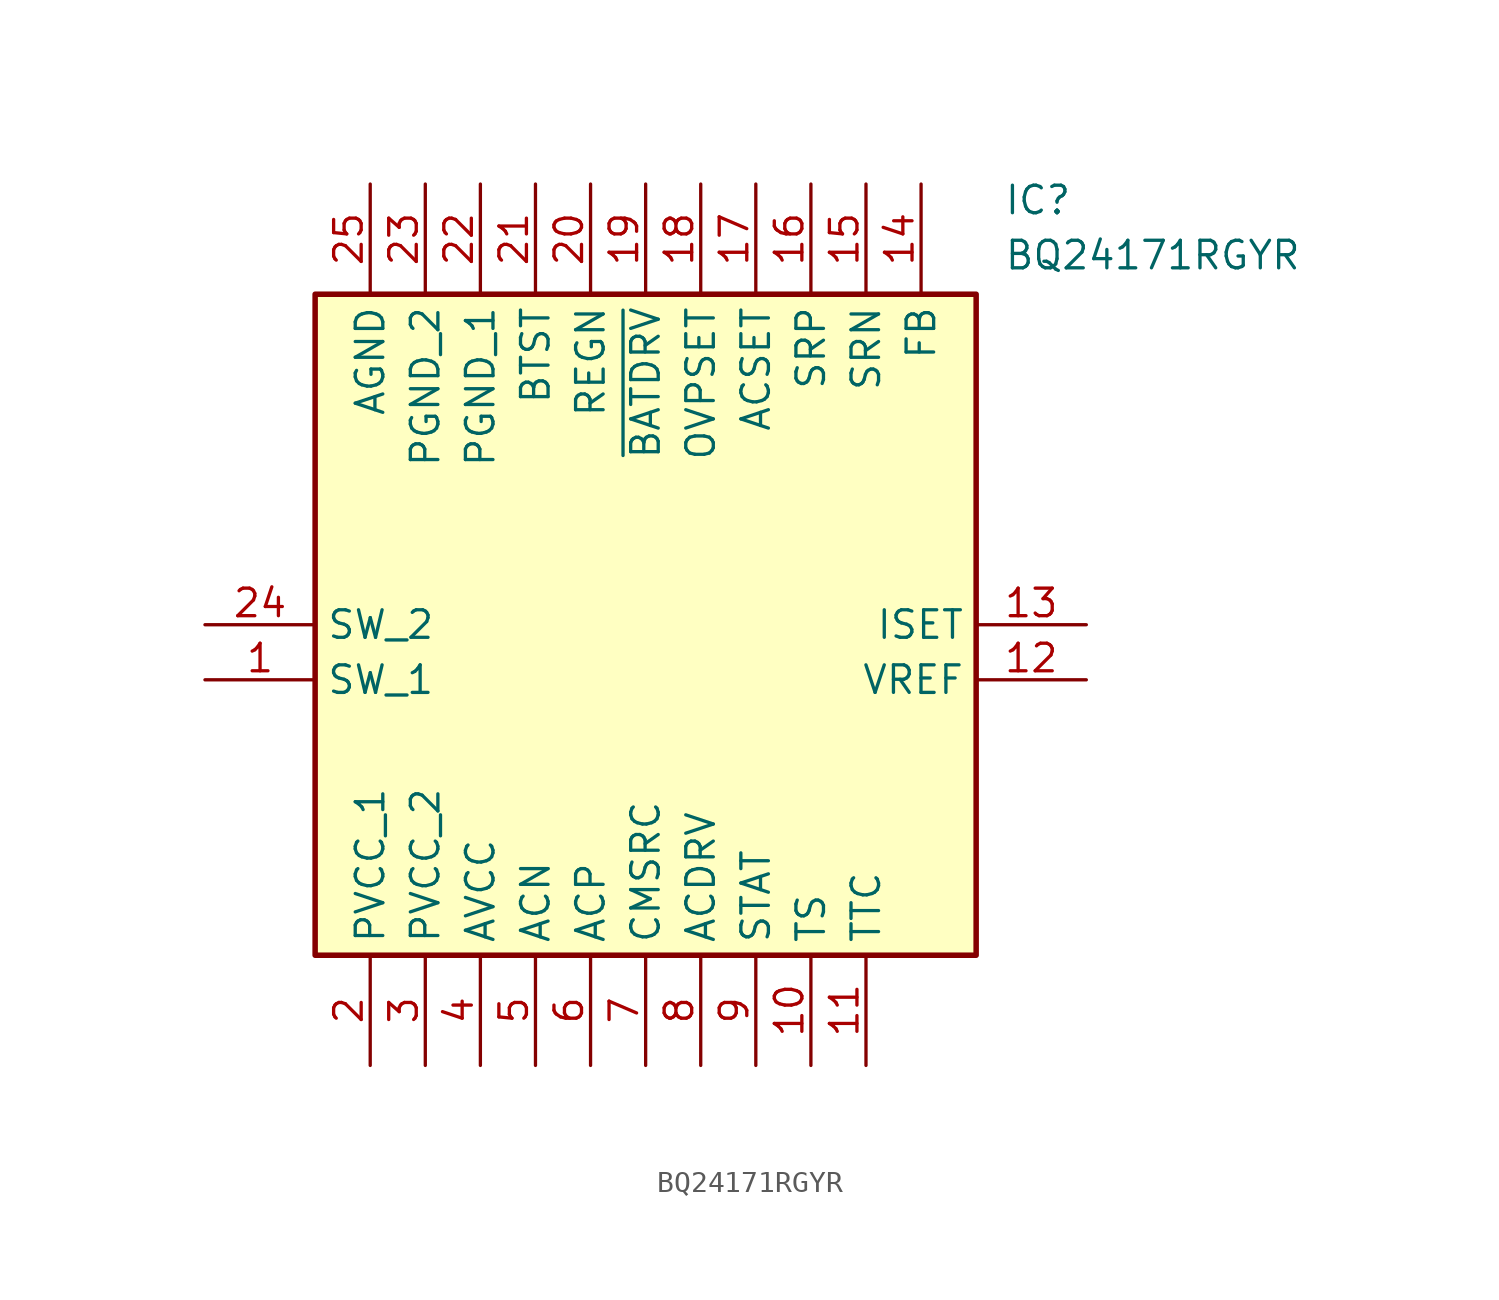
<source format=kicad_sym>
(kicad_symbol_lib
  (version 20211014)
  (generator SamacSys_ECAD_Model)
  (symbol "BQ24171RGYR"
    (property "Reference" "IC"
      (at 36.83 20.32 0)
      (effects (font (size 1.27 1.27)) (justify left top)))
    (property "Value" "BQ24171RGYR"
      (at 36.83 17.78 0)
      (effects (font (size 1.27 1.27)) (justify left top)))
    (rectangle
      (start 5.08 15.24)
      (end 35.56 -15.24)
      (stroke (width 0.254) (type default))
      (fill (type background)))
    (pin passive line
      (at 0 -2.54 0)
      (length 5.08)
      (name "SW_1" (effects (font (size 1.27 1.27))))
      (number "1" (effects (font (size 1.27 1.27)))))
    (pin power_in line
      (at 7.62 -20.32 90)
      (length 5.08)
      (name "PVCC_1" (effects (font (size 1.27 1.27))))
      (number "2" (effects (font (size 1.27 1.27)))))
    (pin power_in line
      (at 10.16 -20.32 90)
      (length 5.08)
      (name "PVCC_2" (effects (font (size 1.27 1.27))))
      (number "3" (effects (font (size 1.27 1.27)))))
    (pin power_in line
      (at 12.7 -20.32 90)
      (length 5.08)
      (name "AVCC" (effects (font (size 1.27 1.27))))
      (number "4" (effects (font (size 1.27 1.27)))))
    (pin passive line
      (at 15.24 -20.32 90)
      (length 5.08)
      (name "ACN" (effects (font (size 1.27 1.27))))
      (number "5" (effects (font (size 1.27 1.27)))))
    (pin passive line
      (at 17.78 -20.32 90)
      (length 5.08)
      (name "ACP" (effects (font (size 1.27 1.27))))
      (number "6" (effects (font (size 1.27 1.27)))))
    (pin passive line
      (at 20.32 -20.32 90)
      (length 5.08)
      (name "CMSRC" (effects (font (size 1.27 1.27))))
      (number "7" (effects (font (size 1.27 1.27)))))
    (pin passive line
      (at 22.86 -20.32 90)
      (length 5.08)
      (name "ACDRV" (effects (font (size 1.27 1.27))))
      (number "8" (effects (font (size 1.27 1.27)))))
    (pin passive line
      (at 25.4 -20.32 90)
      (length 5.08)
      (name "STAT" (effects (font (size 1.27 1.27))))
      (number "9" (effects (font (size 1.27 1.27)))))
    (pin passive line
      (at 27.94 -20.32 90)
      (length 5.08)
      (name "TS" (effects (font (size 1.27 1.27))))
      (number "10" (effects (font (size 1.27 1.27)))))
    (pin passive line
      (at 30.48 -20.32 90)
      (length 5.08)
      (name "TTC" (effects (font (size 1.27 1.27))))
      (number "11" (effects (font (size 1.27 1.27)))))
    (pin passive line
      (at 40.64 -2.54 180)
      (length 5.08)
      (name "VREF" (effects (font (size 1.27 1.27))))
      (number "12" (effects (font (size 1.27 1.27)))))
    (pin passive line
      (at 40.64 0 180)
      (length 5.08)
      (name "ISET" (effects (font (size 1.27 1.27))))
      (number "13" (effects (font (size 1.27 1.27)))))
    (pin passive line
      (at 33.02 20.32 270)
      (length 5.08)
      (name "FB" (effects (font (size 1.27 1.27))))
      (number "14" (effects (font (size 1.27 1.27)))))
    (pin passive line
      (at 30.48 20.32 270)
      (length 5.08)
      (name "SRN" (effects (font (size 1.27 1.27))))
      (number "15" (effects (font (size 1.27 1.27)))))
    (pin passive line
      (at 27.94 20.32 270)
      (length 5.08)
      (name "SRP" (effects (font (size 1.27 1.27))))
      (number "16" (effects (font (size 1.27 1.27)))))
    (pin passive line
      (at 25.4 20.32 270)
      (length 5.08)
      (name "ACSET" (effects (font (size 1.27 1.27))))
      (number "17" (effects (font (size 1.27 1.27)))))
    (pin passive line
      (at 22.86 20.32 270)
      (length 5.08)
      (name "OVPSET" (effects (font (size 1.27 1.27))))
      (number "18" (effects (font (size 1.27 1.27)))))
    (pin passive line
      (at 20.32 20.32 270)
      (length 5.08)
      (name "~{BATDRV}" (effects (font (size 1.27 1.27))))
      (number "19" (effects (font (size 1.27 1.27)))))
    (pin passive line
      (at 17.78 20.32 270)
      (length 5.08)
      (name "REGN" (effects (font (size 1.27 1.27))))
      (number "20" (effects (font (size 1.27 1.27)))))
    (pin passive line
      (at 15.24 20.32 270)
      (length 5.08)
      (name "BTST" (effects (font (size 1.27 1.27))))
      (number "21" (effects (font (size 1.27 1.27)))))
    (pin power_in line
      (at 12.7 20.32 270)
      (length 5.08)
      (name "PGND_1" (effects (font (size 1.27 1.27))))
      (number "22" (effects (font (size 1.27 1.27)))))
    (pin passive line
      (at 10.16 20.32 270)
      (length 5.08)
      (name "PGND_2" (effects (font (size 1.27 1.27))))
      (number "23" (effects (font (size 1.27 1.27)))))
    (pin passive line
      (at 0 0 0)
      (length 5.08)
      (name "SW_2" (effects (font (size 1.27 1.27))))
      (number "24" (effects (font (size 1.27 1.27)))))
    (pin power_in line
      (at 7.62 20.32 270)
      (length 5.08)
      (name "AGND" (effects (font (size 1.27 1.27))))
      (number "25" (effects (font (size 1.27 1.27)))))))
</source>
